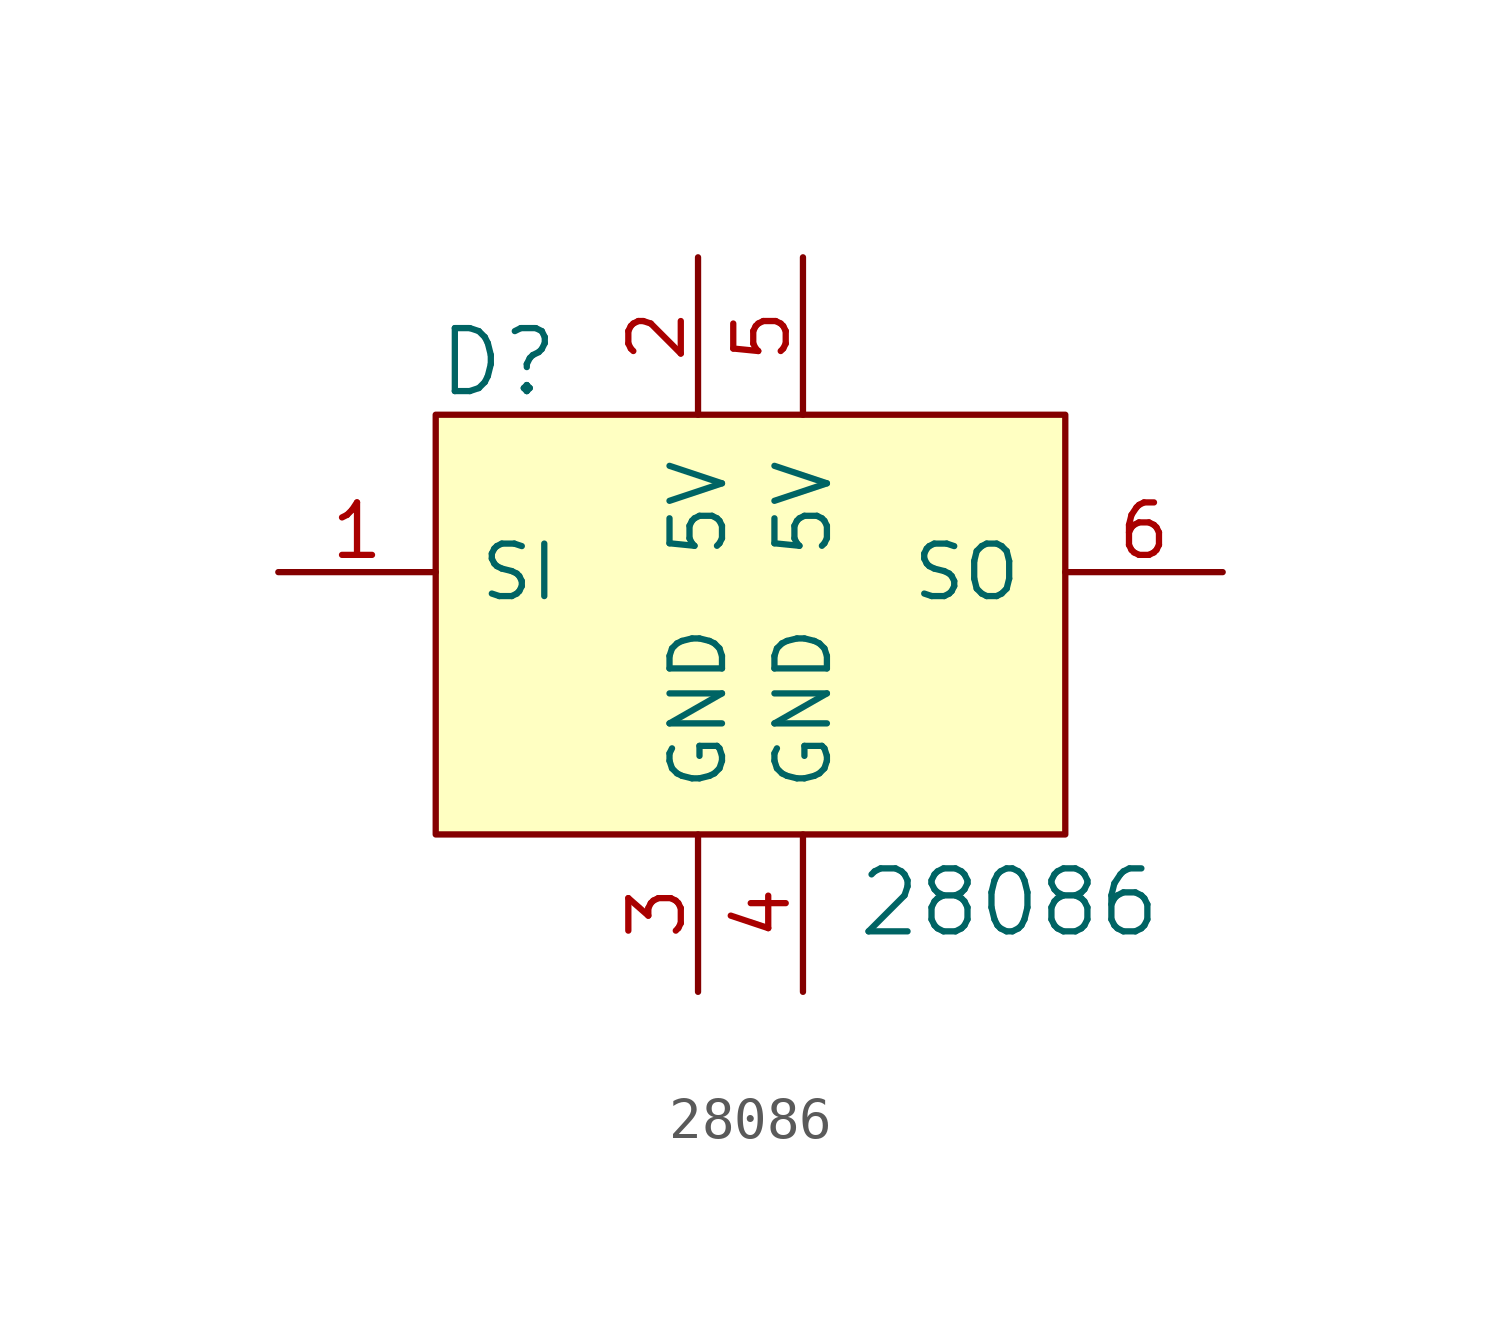
<source format=kicad_sym>
(kicad_symbol_lib
  (version 20220914)
  (generator kicad_symbol_editor)
  (symbol "28086"
    (pin_names
      (offset 1.016))
    (property "Reference" "D"
      (at -6.35 5.08 0)
      (effects (font (size 1.524 1.524)) (justify left)))
    (property "Value" "28086"
      (at 3.81 -8.89 0)
      (effects (font (size 1.524 1.524)) (justify left bottom)))
    (symbol "28086_0_1"
      (rectangle (start -6.35 3.81) (end 8.89 -6.35) (stroke (width 0) (type default)) (fill (type background))))
    (symbol "28086_1_1"
      (pin input line (at -10.16 0 0) (length 3.81) (name "SI" (effects (font (size 1.27 1.27)))) (number "1" (effects (font (size 1.27 1.27)))))
      (pin power_in line (at 0 7.62 270) (length 3.81) (name "5V" (effects (font (size 1.27 1.27)))) (number "2" (effects (font (size 1.27 1.27)))))
      (pin power_in line (at 0 -10.16 90) (length 3.81) (name "GND" (effects (font (size 1.27 1.27)))) (number "3" (effects (font (size 1.27 1.27)))))
      (pin power_in line (at 2.54 -10.16 90) (length 3.81) (name "GND" (effects (font (size 1.27 1.27)))) (number "4" (effects (font (size 1.27 1.27)))))
      (pin power_in line (at 2.54 7.62 270) (length 3.81) (name "5V" (effects (font (size 1.27 1.27)))) (number "5" (effects (font (size 1.27 1.27)))))
      (pin output line (at 12.7 0 180) (length 3.81) (name "SO" (effects (font (size 1.27 1.27)))) (number "6" (effects (font (size 1.27 1.27))))))))
</source>
